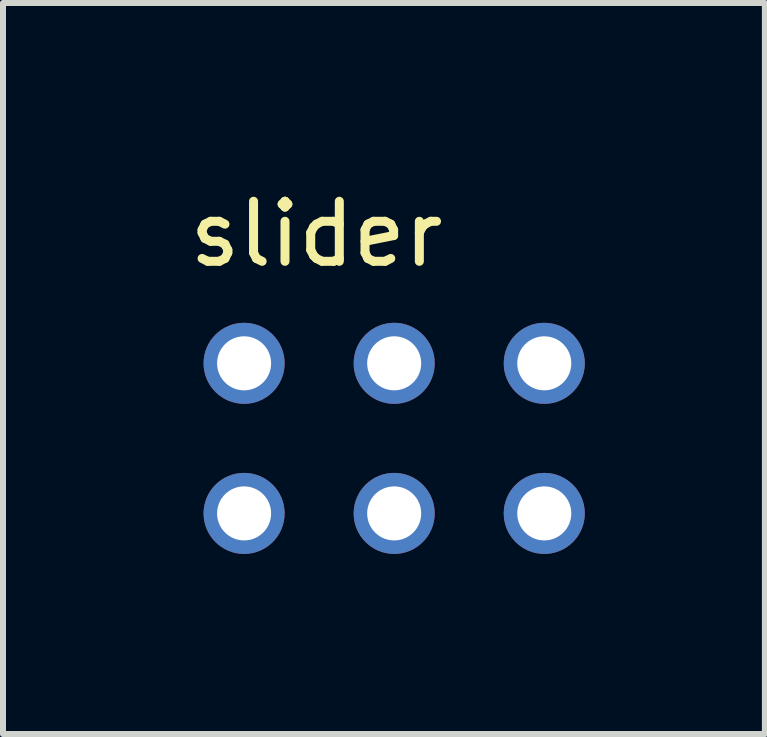
<source format=kicad_pcb>
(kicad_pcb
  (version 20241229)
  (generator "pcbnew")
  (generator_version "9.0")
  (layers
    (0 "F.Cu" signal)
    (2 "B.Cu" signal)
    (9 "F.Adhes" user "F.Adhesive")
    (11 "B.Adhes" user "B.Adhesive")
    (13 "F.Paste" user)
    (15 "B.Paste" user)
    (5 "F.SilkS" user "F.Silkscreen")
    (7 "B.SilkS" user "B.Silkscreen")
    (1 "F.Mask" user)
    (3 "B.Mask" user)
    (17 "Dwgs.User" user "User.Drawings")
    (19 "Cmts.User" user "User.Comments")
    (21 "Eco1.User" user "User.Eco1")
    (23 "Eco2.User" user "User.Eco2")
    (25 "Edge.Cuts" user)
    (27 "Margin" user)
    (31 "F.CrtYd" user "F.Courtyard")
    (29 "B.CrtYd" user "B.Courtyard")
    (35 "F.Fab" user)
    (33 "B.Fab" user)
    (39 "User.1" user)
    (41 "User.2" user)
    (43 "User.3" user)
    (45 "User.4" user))
  (footprint "slider"
    (layer "F.Cu")
    (at 3.516 4.252)
    (property "Reference" "slider" (at -1.295 -3.404 0) (layer "F.SilkS") (effects (font (size 1 1) (thickness 0.15))))
    (attr smd)
    (pad "1" thru_hole circle (at -2.5 -1.25) (size 1.35 1.35) (drill 0.9) (layers "*.Cu" "*.Mask"))
    (pad "1" thru_hole circle (at -2.5 1.25) (size 1.35 1.35) (drill 0.9) (layers "*.Cu" "*.Mask"))
    (pad "2" thru_hole circle (at 0 -1.25) (size 1.35 1.35) (drill 0.9) (layers "*.Cu" "*.Mask"))
    (pad "2" thru_hole circle (at 0 1.25) (size 1.35 1.35) (drill 0.9) (layers "*.Cu" "*.Mask"))
    (pad "3" thru_hole circle (at 2.5 -1.25) (size 1.35 1.35) (drill 0.9) (layers "*.Cu" "*.Mask"))
    (pad "3" thru_hole circle (at 2.5 1.25) (size 1.35 1.35) (drill 0.9) (layers "*.Cu" "*.Mask")))
  (gr_rect
    (start -3 -3)
    (end 9.691 9.177)
    (stroke (width 0.1) (type default))
    (fill no)
    (layer "Edge.Cuts")))
</source>
